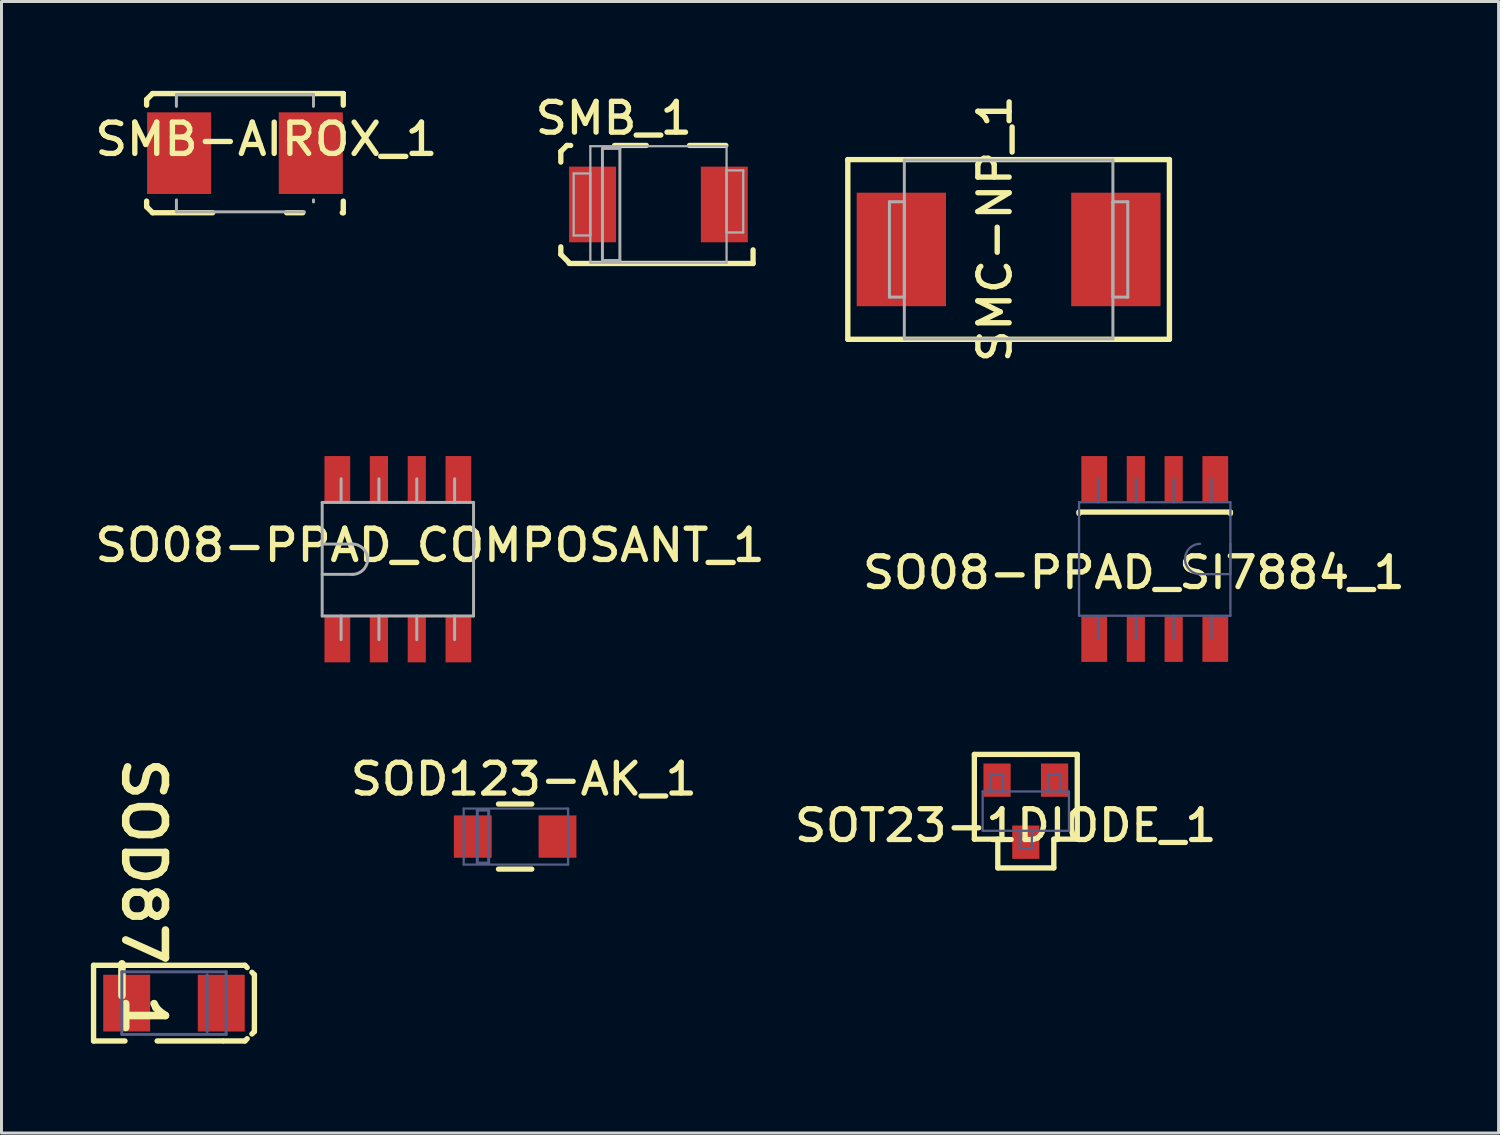
<source format=kicad_pcb>
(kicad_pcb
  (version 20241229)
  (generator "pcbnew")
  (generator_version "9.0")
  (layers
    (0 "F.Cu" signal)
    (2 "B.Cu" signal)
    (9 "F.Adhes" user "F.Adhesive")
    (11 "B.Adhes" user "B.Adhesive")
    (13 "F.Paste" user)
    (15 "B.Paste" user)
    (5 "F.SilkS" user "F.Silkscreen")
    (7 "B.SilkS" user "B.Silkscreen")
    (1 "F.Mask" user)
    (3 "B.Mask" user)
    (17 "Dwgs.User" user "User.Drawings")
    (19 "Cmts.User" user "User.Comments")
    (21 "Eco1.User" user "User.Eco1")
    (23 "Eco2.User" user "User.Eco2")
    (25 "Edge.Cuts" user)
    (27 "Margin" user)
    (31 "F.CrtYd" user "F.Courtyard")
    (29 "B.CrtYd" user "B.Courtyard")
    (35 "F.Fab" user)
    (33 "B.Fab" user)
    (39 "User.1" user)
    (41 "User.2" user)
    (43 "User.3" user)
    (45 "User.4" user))
  (footprint "SO08-PPAD_COMPOSANT_1"
    (layer "F.Cu")
    (at 10.303 15.718)
    (property "Reference" "SO08-PPAD_COMPOSANT_1" (at 1.081 -0.468 0) (unlocked yes) (layer "F.SilkS") (effects (font (size 1.05 1.104) (thickness 0.18))))
    (attr smd)
    (fp_line (start -2.54 -1.905) (end 2.54 -1.905) (stroke (width 0.1) (type solid)) (layer "F.Fab"))
    (fp_line (start -2.54 -0.508) (end -1.524 -0.508) (stroke (width 0.1) (type solid)) (layer "F.Fab"))
    (fp_line (start -2.54 0.508) (end -1.524 0.508) (stroke (width 0.1) (type solid)) (layer "F.Fab"))
    (fp_line (start -2.54 1.905) (end -2.54 -1.905) (stroke (width 0.1) (type solid)) (layer "F.Fab"))
    (fp_line (start -2.54 1.905) (end 2.54 1.905) (stroke (width 0.1) (type solid)) (layer "F.Fab"))
    (fp_line (start -1.905 -1.905) (end -1.905 -2.699) (stroke (width 0.1) (type solid)) (layer "F.Fab"))
    (fp_line (start -1.905 2.699) (end -1.905 1.905) (stroke (width 0.1) (type solid)) (layer "F.Fab"))
    (fp_line (start -0.635 -1.905) (end -0.635 -2.699) (stroke (width 0.1) (type solid)) (layer "F.Fab"))
    (fp_line (start -0.635 2.699) (end -0.635 1.905) (stroke (width 0.1) (type solid)) (layer "F.Fab"))
    (fp_line (start 0.635 -1.905) (end 0.635 -2.699) (stroke (width 0.1) (type solid)) (layer "F.Fab"))
    (fp_line (start 0.635 2.699) (end 0.635 1.905) (stroke (width 0.1) (type solid)) (layer "F.Fab"))
    (fp_line (start 1.905 -1.905) (end 1.905 -2.699) (stroke (width 0.1) (type solid)) (layer "F.Fab"))
    (fp_line (start 1.905 2.699) (end 1.905 1.905) (stroke (width 0.1) (type solid)) (layer "F.Fab"))
    (fp_line (start 2.54 1.905) (end 2.54 -1.905) (stroke (width 0.1) (type solid)) (layer "F.Fab"))
    (fp_arc (start -1.52399 -0.508) (mid -1.01599 0) (end -1.52399 0.508) (stroke (width 0.1) (type solid)) (layer "F.Fab"))
    (pad "1" smd rect (at -2.032 2.7) (size 0.864 1.524) (layers "F.Cu" "F.Mask" "F.Paste"))
    (pad "2" smd rect (at -0.635 2.7) (size 0.61 1.524) (layers "F.Cu" "F.Mask" "F.Paste"))
    (pad "3" smd rect (at 0.635 2.7) (size 0.61 1.524) (layers "F.Cu" "F.Mask" "F.Paste"))
    (pad "4" smd rect (at 2.032 2.7) (size 0.864 1.524) (layers "F.Cu" "F.Mask" "F.Paste"))
    (pad "5" smd rect (at 2.032 -2.7) (size 0.864 1.524) (layers "F.Cu" "F.Mask" "F.Paste"))
    (pad "6" smd rect (at 0.635 -2.7) (size 0.61 1.524) (layers "F.Cu" "F.Mask" "F.Paste"))
    (pad "7" smd rect (at -0.635 -2.7) (size 0.61 1.524) (layers "F.Cu" "F.Mask" "F.Paste"))
    (pad "8" smd rect (at -2.032 -2.7) (size 0.864 1.524) (layers "F.Cu" "F.Mask" "F.Paste")))
  (footprint "SMB-AIROX_1"
    (layer "F.Cu")
    (at 5.171 2.09)
    (property "Reference" "SMB-AIROX_1" (at 0.719 -0.468 0) (unlocked yes) (layer "F.SilkS") (effects (font (size 1.05 1.104) (thickness 0.18))))
    (attr smd)
    (fp_line (start -3.3 -1.8) (end -3.1 -2) (stroke (width 0.18) (type solid)) (layer "F.SilkS"))
    (fp_line (start -3.3 -1.61) (end -3.3 -1.8) (stroke (width 0.18) (type solid)) (layer "F.SilkS"))
    (fp_line (start -3.3 1.8) (end -3.3 1.61) (stroke (width 0.18) (type solid)) (layer "F.SilkS"))
    (fp_line (start -3.3 1.8) (end -3.1 2) (stroke (width 0.18) (type solid)) (layer "F.SilkS"))
    (fp_line (start -3.1 -2) (end 3.3 -2) (stroke (width 0.18) (type solid)) (layer "F.SilkS"))
    (fp_line (start -3.1 2) (end -1.084 2) (stroke (width 0.18) (type solid)) (layer "F.SilkS"))
    (fp_line (start 1.398 2) (end 1.941 2) (stroke (width 0.18) (type solid)) (layer "F.SilkS"))
    (fp_line (start 3.266 2) (end 3.3 2) (stroke (width 0.18) (type solid)) (layer "F.SilkS"))
    (fp_line (start 3.3 -1.61) (end 3.3 -2) (stroke (width 0.18) (type solid)) (layer "F.SilkS"))
    (fp_line (start 3.3 2) (end 3.3 1.61) (stroke (width 0.18) (type solid)) (layer "F.SilkS"))
    (fp_line (start -2.3 -1.97) (end 2.3 -1.97) (stroke (width 0.1) (type solid)) (layer "F.Fab"))
    (fp_line (start -2.3 -1.57) (end -2.3 -1.97) (stroke (width 0.1) (type solid)) (layer "F.Fab"))
    (fp_line (start -2.3 1.97) (end -2.3 1.57) (stroke (width 0.1) (type solid)) (layer "F.Fab"))
    (fp_line (start -2.3 1.97) (end 1.995 1.97) (stroke (width 0.1) (type solid)) (layer "F.Fab"))
    (fp_line (start -1.9 -1.9) (end -1.3 -1.9) (stroke (width 0.00003) (type solid)) (layer "F.Fab"))
    (fp_line (start -1.9 -1.52) (end -1.9 -1.9) (stroke (width 0.00003) (type solid)) (layer "F.Fab"))
    (fp_line (start -1.9 -1.52) (end -1.3 -1.52) (stroke (width 0.00003) (type solid)) (layer "F.Fab"))
    (fp_line (start -1.9 1.52) (end -1.3 1.52) (stroke (width 0.00003) (type solid)) (layer "F.Fab"))
    (fp_line (start -1.9 1.9) (end -1.9 1.52) (stroke (width 0.00003) (type solid)) (layer "F.Fab"))
    (fp_line (start -1.9 1.9) (end -1.3 1.9) (stroke (width 0.00003) (type solid)) (layer "F.Fab"))
    (fp_line (start -1.3 -1.52) (end -1.3 -1.9) (stroke (width 0.00003) (type solid)) (layer "F.Fab"))
    (fp_line (start -1.3 1.9) (end -1.3 1.52) (stroke (width 0.00003) (type solid)) (layer "F.Fab"))
    (fp_line (start 2.3 -1.57) (end 2.3 -1.97) (stroke (width 0.1) (type solid)) (layer "F.Fab"))
    (fp_line (start 2.3 1.638) (end 2.3 1.57) (stroke (width 0.1) (type solid)) (layer "F.Fab"))
    (pad "A" smd rect (at 2.21 0) (size 2.15 2.74) (layers "F.Cu" "F.Mask" "F.Paste"))
    (pad "K" smd rect (at -2.21 0) (size 2.15 2.74) (layers "F.Cu" "F.Mask" "F.Paste")))
  (footprint "SOT23-1DIODE_1"
    (layer "F.Cu")
    (at 31.378 24.174)
    (property "Reference" "SOT23-1DIODE_1" (at -0.673 0.483 0) (unlocked yes) (layer "F.SilkS") (effects (font (size 1.033 1.087) (thickness 0.178))))
    (attr smd)
    (fp_line (start -1.727 -1.905) (end -1.727 0.94) (stroke (width 0.178) (type solid)) (layer "F.SilkS"))
    (fp_line (start -0.94 0.94) (end -1.727 0.94) (stroke (width 0.178) (type solid)) (layer "F.SilkS"))
    (fp_line (start -0.94 0.94) (end -0.94 1.905) (stroke (width 0.178) (type solid)) (layer "F.SilkS"))
    (fp_line (start 0.94 0.94) (end 0.94 1.905) (stroke (width 0.178) (type solid)) (layer "F.SilkS"))
    (fp_line (start 0.94 1.905) (end -0.94 1.905) (stroke (width 0.178) (type solid)) (layer "F.SilkS"))
    (fp_line (start 1.727 -1.905) (end -1.727 -1.905) (stroke (width 0.178) (type solid)) (layer "F.SilkS"))
    (fp_line (start 1.727 -1.905) (end 1.727 0.94) (stroke (width 0.178) (type solid)) (layer "F.SilkS"))
    (fp_line (start 1.727 0.94) (end 0.94 0.94) (stroke (width 0.178) (type solid)) (layer "F.SilkS"))
    (fp_line (start -1.448 -0.66) (end -1.448 0.66) (stroke (width 0.076) (type solid)) (layer "B.Fab"))
    (fp_line (start -1.168 -1.245) (end -1.168 -0.66) (stroke (width 0.076) (type solid)) (layer "B.Fab"))
    (fp_line (start -0.762 -1.245) (end -1.168 -1.245) (stroke (width 0.076) (type solid)) (layer "B.Fab"))
    (fp_line (start -0.762 -1.245) (end -0.762 -0.66) (stroke (width 0.076) (type solid)) (layer "B.Fab"))
    (fp_line (start -0.203 0.66) (end -0.203 1.245) (stroke (width 0.076) (type solid)) (layer "B.Fab"))
    (fp_line (start 0.203 0.66) (end 0.203 1.245) (stroke (width 0.076) (type solid)) (layer "B.Fab"))
    (fp_line (start 0.203 1.245) (end -0.203 1.245) (stroke (width 0.076) (type solid)) (layer "B.Fab"))
    (fp_line (start 0.762 -1.245) (end 0.762 -0.66) (stroke (width 0.076) (type solid)) (layer "B.Fab"))
    (fp_line (start 1.168 -1.245) (end 0.762 -1.245) (stroke (width 0.076) (type solid)) (layer "B.Fab"))
    (fp_line (start 1.168 -1.245) (end 1.168 -0.66) (stroke (width 0.076) (type solid)) (layer "B.Fab"))
    (fp_line (start 1.448 -0.66) (end -1.448 -0.66) (stroke (width 0.076) (type solid)) (layer "B.Fab"))
    (fp_line (start 1.448 -0.66) (end 1.448 0.66) (stroke (width 0.076) (type solid)) (layer "B.Fab"))
    (fp_line (start 1.448 0.66) (end -1.448 0.66) (stroke (width 0.076) (type solid)) (layer "B.Fab"))
    (pad "2" smd rect (at -0.965 -1.041 180) (size 0.914 1.118) (layers "F.Cu" "F.Mask" "F.Paste"))
    (pad "A" smd rect (at 0.965 -1.041 180) (size 0.914 1.118) (layers "F.Cu" "F.Mask" "F.Paste"))
    (pad "K" smd rect (at 0 1.041 180) (size 0.914 1.118) (layers "F.Cu" "F.Mask" "F.Paste")))
  (footprint "SOD123-AK_1"
    (layer "F.Cu")
    (at 14.239 25.027)
    (property "Reference" "SOD123-AK_1" (at 0.292 -1.93 0) (unlocked yes) (layer "F.SilkS") (effects (font (size 1.033 1.087) (thickness 0.178))))
    (attr smd)
    (fp_line (start -0.559 -1.092) (end 0.559 -1.092) (stroke (width 0.178) (type solid)) (layer "F.SilkS"))
    (fp_line (start -0.559 1.092) (end 0.559 1.092) (stroke (width 0.178) (type solid)) (layer "F.SilkS"))
    (fp_line (start -1.727 -0.94) (end 1.778 -0.94) (stroke (width 0.076) (type solid)) (layer "B.Fab"))
    (fp_line (start -1.727 0.94) (end -1.727 -0.94) (stroke (width 0.076) (type solid)) (layer "B.Fab"))
    (fp_line (start -1.727 0.94) (end 1.778 0.94) (stroke (width 0.076) (type solid)) (layer "B.Fab"))
    (fp_line (start -1.27 -0.889) (end -0.889 -0.889) (stroke (width 0.1) (type solid)) (layer "B.Fab"))
    (fp_line (start -1.27 0.889) (end -1.27 -0.889) (stroke (width 0.1) (type solid)) (layer "B.Fab"))
    (fp_line (start -1.27 0.889) (end -0.889 0.889) (stroke (width 0.1) (type solid)) (layer "B.Fab"))
    (fp_line (start -0.889 0.889) (end -0.889 -0.889) (stroke (width 0.1) (type solid)) (layer "B.Fab"))
    (fp_line (start 1.778 0.94) (end 1.778 -0.94) (stroke (width 0.076) (type solid)) (layer "B.Fab"))
    (pad "A" smd rect (at 1.422 0 180) (size 1.27 1.422) (layers "F.Cu" "F.Mask" "F.Paste"))
    (pad "K" smd rect (at -1.422 0 180) (size 1.27 1.422) (layers "F.Cu" "F.Mask" "F.Paste")))
  (footprint "SO08-PPAD_SI7884_1"
    (layer "F.Cu")
    (at 35.705 15.711)
    (property "Reference" "SO08-PPAD_SI7884_1" (at -0.699 0.457 0) (unlocked yes) (layer "F.SilkS") (effects (font (size 1.033 1.087) (thickness 0.178))))
    (attr smd)
    (fp_line (start -2.54 -1.575) (end -2.54 -1.524) (stroke (width 0.178) (type solid)) (layer "F.SilkS"))
    (fp_line (start 2.54 -1.575) (end -2.54 -1.575) (stroke (width 0.178) (type solid)) (layer "F.SilkS"))
    (fp_line (start 2.54 -1.575) (end 2.54 -1.524) (stroke (width 0.178) (type solid)) (layer "F.SilkS"))
    (fp_line (start -2.54 -1.905) (end -2.54 1.905) (stroke (width 0.076) (type solid)) (layer "B.Fab"))
    (fp_line (start -1.905 -2.692) (end -1.905 -1.905) (stroke (width 0.076) (type solid)) (layer "B.Fab"))
    (fp_line (start -1.905 1.905) (end -1.905 2.692) (stroke (width 0.076) (type solid)) (layer "B.Fab"))
    (fp_line (start -0.635 -2.692) (end -0.635 -1.905) (stroke (width 0.076) (type solid)) (layer "B.Fab"))
    (fp_line (start -0.635 1.905) (end -0.635 2.692) (stroke (width 0.076) (type solid)) (layer "B.Fab"))
    (fp_line (start 0.635 -2.692) (end 0.635 -1.905) (stroke (width 0.076) (type solid)) (layer "B.Fab"))
    (fp_line (start 0.635 1.905) (end 0.635 2.692) (stroke (width 0.076) (type solid)) (layer "B.Fab"))
    (fp_line (start 1.905 -2.692) (end 1.905 -1.905) (stroke (width 0.076) (type solid)) (layer "B.Fab"))
    (fp_line (start 1.905 1.905) (end 1.905 2.692) (stroke (width 0.076) (type solid)) (layer "B.Fab"))
    (fp_line (start 2.54 -1.905) (end -2.54 -1.905) (stroke (width 0.076) (type solid)) (layer "B.Fab"))
    (fp_line (start 2.54 -1.905) (end 2.54 1.905) (stroke (width 0.076) (type solid)) (layer "B.Fab"))
    (fp_line (start 2.54 -0.508) (end 2.54 0.508) (stroke (width 0.076) (type solid)) (layer "B.Fab"))
    (fp_line (start 2.54 0.508) (end 1.524 0.508) (stroke (width 0.076) (type solid)) (layer "B.Fab"))
    (fp_line (start 2.54 1.905) (end -2.54 1.905) (stroke (width 0.076) (type solid)) (layer "B.Fab"))
    (fp_arc (start 1.524 0.508) (mid 1.016 0) (end 1.524 -0.508) (stroke (width 0.0762) (type solid)) (layer "B.Fab"))
    (pad "D" smd rect (at -2.032 2.692 180) (size 0.864 1.524) (layers "F.Cu" "F.Mask" "F.Paste"))
    (pad "D1" smd rect (at -0.635 2.692 180) (size 0.61 1.524) (layers "F.Cu" "F.Mask" "F.Paste"))
    (pad "D2" smd rect (at 0.635 2.692 180) (size 0.61 1.524) (layers "F.Cu" "F.Mask" "F.Paste"))
    (pad "D3" smd rect (at 2.032 2.692 180) (size 0.864 1.524) (layers "F.Cu" "F.Mask" "F.Paste"))
    (pad "G" smd rect (at -2.032 -2.692 180) (size 0.864 1.524) (layers "F.Cu" "F.Mask" "F.Paste"))
    (pad "S" smd rect (at 2.032 -2.692 180) (size 0.864 1.524) (layers "F.Cu" "F.Mask" "F.Paste"))
    (pad "S1" smd rect (at 0.635 -2.692 180) (size 0.61 1.524) (layers "F.Cu" "F.Mask" "F.Paste"))
    (pad "S2" smd rect (at -0.635 -2.692 180) (size 0.61 1.524) (layers "F.Cu" "F.Mask" "F.Paste")))
  (footprint "SOD87_1"
    (layer "F.Cu")
    (at 2.789 30.617)
    (property "Reference" "SOD87_1" (at -1.016 -3.556 270) (unlocked yes) (layer "F.SilkS") (effects (font (size 1.333 1.402) (thickness 0.254))))
    (attr smd)
    (fp_line (start -2.699 -1.27) (end -2.699 1.27) (stroke (width 0.18) (type solid)) (layer "F.SilkS"))
    (fp_line (start -1.644 1.27) (end -2.699 1.27) (stroke (width 0.18) (type solid)) (layer "F.SilkS"))
    (fp_line (start 1.631 1.27) (end -0.566 1.27) (stroke (width 0.18) (type solid)) (layer "F.SilkS"))
    (fp_line (start 2.381 -1.27) (end -2.699 -1.27) (stroke (width 0.18) (type solid)) (layer "F.SilkS"))
    (fp_line (start 2.381 1.27) (end 1.671 1.27) (stroke (width 0.18) (type solid)) (layer "F.SilkS"))
    (fp_line (start 2.457 -1.194) (end 2.381 -1.27) (stroke (width 0.18) (type solid)) (layer "F.SilkS"))
    (fp_line (start 2.457 1.194) (end 2.381 1.27) (stroke (width 0.18) (type solid)) (layer "F.SilkS"))
    (fp_line (start 2.699 -0.953) (end 2.616 -1.035) (stroke (width 0.18) (type solid)) (layer "F.SilkS"))
    (fp_line (start 2.699 -0.953) (end 2.699 0.953) (stroke (width 0.18) (type solid)) (layer "F.SilkS"))
    (fp_line (start 2.699 0.953) (end 2.616 1.035) (stroke (width 0.18) (type solid)) (layer "F.SilkS"))
    (fp_line (start -1.75 -1.05) (end -1.75 1.05) (stroke (width 0.1) (type solid)) (layer "B.Fab"))
    (fp_line (start 1.111 -0.953) (end 1.111 0.953) (stroke (width 0.1) (type solid)) (layer "B.Fab"))
    (fp_line (start 1.75 -1.05) (end -1.75 -1.05) (stroke (width 0.1) (type solid)) (layer "B.Fab"))
    (fp_line (start 1.75 -1.05) (end 1.75 1.05) (stroke (width 0.1) (type solid)) (layer "B.Fab"))
    (fp_line (start 1.75 1.05) (end -1.75 1.05) (stroke (width 0.1) (type solid)) (layer "B.Fab"))
    (pad "A" smd rect (at -1.587 0 180) (size 1.575 1.905) (layers "F.Cu" "F.Mask" "F.Paste"))
    (pad "K" smd rect (at 1.587 0 180) (size 1.575 1.905) (layers "F.Cu" "F.Mask" "F.Paste")))
  (footprint "SMC-NP_1"
    (layer "F.Cu")
    (at 30.801 5.322)
    (property "Reference" "SMC-NP_1" (at -0.459 -0.694 90) (unlocked yes) (layer "F.SilkS") (effects (font (size 1.05 1.104) (thickness 0.18))))
    (attr smd)
    (fp_line (start -5.397 -3.016) (end 5.397 -3.016) (stroke (width 0.18) (type solid)) (layer "F.SilkS"))
    (fp_line (start -5.397 3.016) (end -5.397 -3.016) (stroke (width 0.18) (type solid)) (layer "F.SilkS"))
    (fp_line (start -5.397 3.016) (end 5.397 3.016) (stroke (width 0.18) (type solid)) (layer "F.SilkS"))
    (fp_line (start 5.397 3.016) (end 5.397 -3.016) (stroke (width 0.18) (type solid)) (layer "F.SilkS"))
    (fp_line (start -4 -1.6) (end -3.5 -1.6) (stroke (width 0.1) (type solid)) (layer "F.Fab"))
    (fp_line (start -4 1.6) (end -4 -1.6) (stroke (width 0.1) (type solid)) (layer "F.Fab"))
    (fp_line (start -4 1.6) (end -3.5 1.6) (stroke (width 0.1) (type solid)) (layer "F.Fab"))
    (fp_line (start -3.5 -3) (end 3.5 -3) (stroke (width 0.1) (type solid)) (layer "F.Fab"))
    (fp_line (start -3.5 1.6) (end -3.5 -1.6) (stroke (width 0.1) (type solid)) (layer "F.Fab"))
    (fp_line (start -3.5 3) (end -3.5 -3) (stroke (width 0.1) (type solid)) (layer "F.Fab"))
    (fp_line (start -3.5 3) (end 3.5 3) (stroke (width 0.1) (type solid)) (layer "F.Fab"))
    (fp_line (start 3.5 -1.6) (end 4 -1.6) (stroke (width 0.1) (type solid)) (layer "F.Fab"))
    (fp_line (start 3.5 1.6) (end 3.5 -1.6) (stroke (width 0.1) (type solid)) (layer "F.Fab"))
    (fp_line (start 3.5 1.6) (end 4 1.6) (stroke (width 0.1) (type solid)) (layer "F.Fab"))
    (fp_line (start 3.5 3) (end 3.5 -3) (stroke (width 0.1) (type solid)) (layer "F.Fab"))
    (fp_line (start 4 1.6) (end 4 -1.6) (stroke (width 0.1) (type solid)) (layer "F.Fab"))
    (pad "1" smd rect (at -3.6 0) (size 2.997 3.81) (layers "F.Cu" "F.Mask" "F.Paste"))
    (pad "2" smd rect (at 3.6 0) (size 2.997 3.81) (layers "F.Cu" "F.Mask" "F.Paste")))
  (footprint "SMB_1"
    (layer "F.Cu")
    (at 19.049 3.812)
    (property "Reference" "SMB_1" (at -1.499 -2.896 0) (unlocked yes) (layer "F.SilkS") (effects (font (size 1.033 1.087) (thickness 0.178))))
    (attr smd)
    (fp_line (start -3.277 -1.778) (end -3.073 -1.981) (stroke (width 0.178) (type solid)) (layer "F.SilkS"))
    (fp_line (start -3.277 -1.422) (end -3.277 -1.778) (stroke (width 0.178) (type solid)) (layer "F.SilkS"))
    (fp_line (start -3.277 1.676) (end -3.277 1.422) (stroke (width 0.178) (type solid)) (layer "F.SilkS"))
    (fp_line (start -3.277 1.676) (end -2.997 1.956) (stroke (width 0.178) (type solid)) (layer "F.SilkS"))
    (fp_line (start -3.073 -1.981) (end -2.946 -1.981) (stroke (width 0.178) (type solid)) (layer "F.SilkS"))
    (fp_line (start -2.997 1.981) (end 3.175 1.981) (stroke (width 0.178) (type solid)) (layer "F.SilkS"))
    (fp_line (start -1.473 -1.981) (end -0.406 -1.981) (stroke (width 0.178) (type solid)) (layer "F.SilkS"))
    (fp_line (start 1.041 -1.981) (end 2.261 -1.981) (stroke (width 0.178) (type solid)) (layer "F.SilkS"))
    (fp_line (start 3.175 1.981) (end 3.175 1.524) (stroke (width 0.178) (type solid)) (layer "F.SilkS"))
    (fp_line (start -2.845 -1.041) (end -2.286 -1.041) (stroke (width 0.076) (type solid)) (layer "F.Fab"))
    (fp_line (start -2.845 1.041) (end -2.845 -1.041) (stroke (width 0.076) (type solid)) (layer "F.Fab"))
    (fp_line (start -2.845 1.041) (end -2.286 1.041) (stroke (width 0.076) (type solid)) (layer "F.Fab"))
    (fp_line (start -2.286 -1.956) (end 2.286 -1.956) (stroke (width 0.076) (type solid)) (layer "F.Fab"))
    (fp_line (start -2.286 1.041) (end -2.286 -1.041) (stroke (width 0.076) (type solid)) (layer "F.Fab"))
    (fp_line (start -2.286 1.956) (end -2.286 -1.956) (stroke (width 0.076) (type solid)) (layer "F.Fab"))
    (fp_line (start -2.286 1.956) (end 2.286 1.956) (stroke (width 0.076) (type solid)) (layer "F.Fab"))
    (fp_line (start -1.88 -1.88) (end -1.295 -1.88) (stroke (width 0.1) (type solid)) (layer "F.Fab"))
    (fp_line (start -1.88 1.88) (end -1.88 -1.88) (stroke (width 0.1) (type solid)) (layer "F.Fab"))
    (fp_line (start -1.88 1.88) (end -1.295 1.88) (stroke (width 0.1) (type solid)) (layer "F.Fab"))
    (fp_line (start -1.295 1.88) (end -1.295 -1.88) (stroke (width 0.1) (type solid)) (layer "F.Fab"))
    (fp_line (start 2.286 -1.143) (end 2.845 -1.143) (stroke (width 0.076) (type solid)) (layer "F.Fab"))
    (fp_line (start 2.286 0.94) (end 2.286 -1.143) (stroke (width 0.076) (type solid)) (layer "F.Fab"))
    (fp_line (start 2.286 0.94) (end 2.845 0.94) (stroke (width 0.076) (type solid)) (layer "F.Fab"))
    (fp_line (start 2.286 1.956) (end 2.286 -1.956) (stroke (width 0.076) (type solid)) (layer "F.Fab"))
    (fp_line (start 2.845 0.94) (end 2.845 -1.143) (stroke (width 0.076) (type solid)) (layer "F.Fab"))
    (pad "A" smd rect (at 2.21 0) (size 1.575 2.54) (layers "F.Cu" "F.Mask" "F.Paste"))
    (pad "K" smd rect (at -2.21 0) (size 1.575 2.54) (layers "F.Cu" "F.Mask" "F.Paste")))
  (gr_rect
    (start -3 -3)
    (end 47.245 34.977)
    (stroke (width 0.1) (type default))
    (fill no)
    (layer "Edge.Cuts")))
</source>
